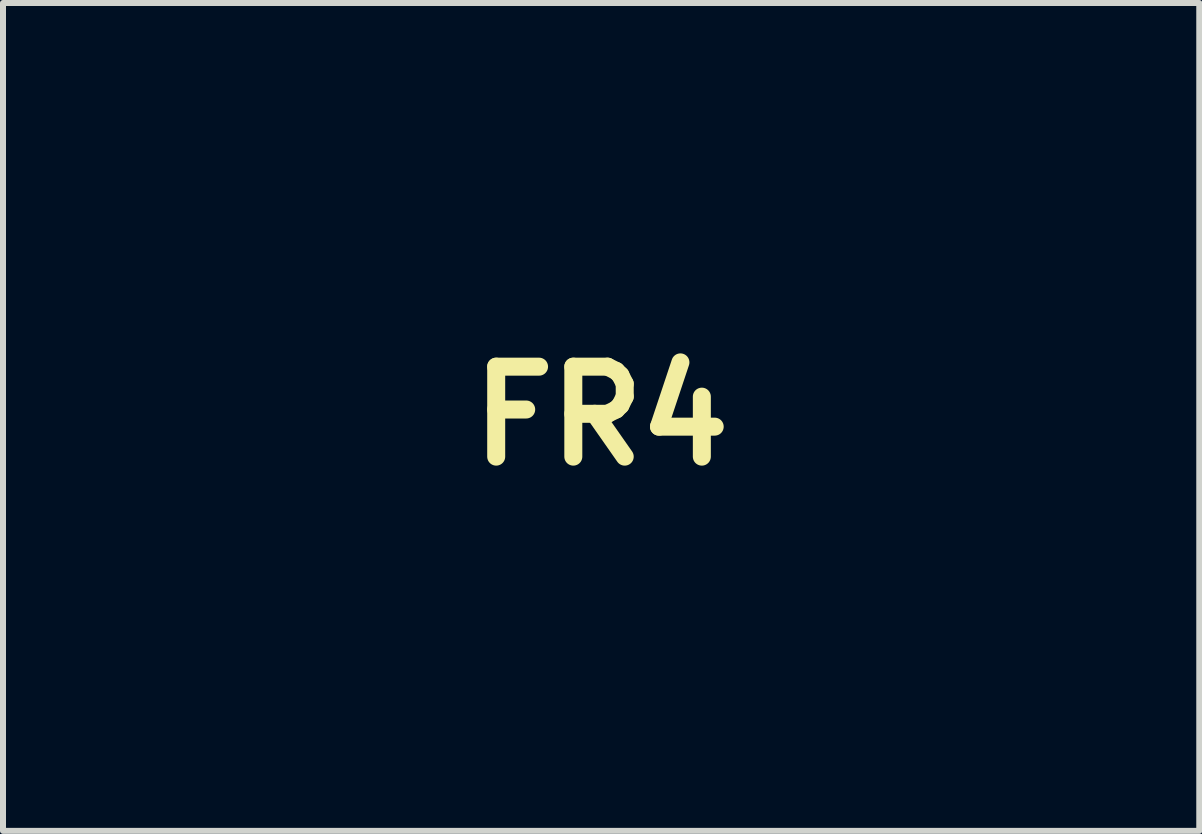
<source format=kicad_pcb>
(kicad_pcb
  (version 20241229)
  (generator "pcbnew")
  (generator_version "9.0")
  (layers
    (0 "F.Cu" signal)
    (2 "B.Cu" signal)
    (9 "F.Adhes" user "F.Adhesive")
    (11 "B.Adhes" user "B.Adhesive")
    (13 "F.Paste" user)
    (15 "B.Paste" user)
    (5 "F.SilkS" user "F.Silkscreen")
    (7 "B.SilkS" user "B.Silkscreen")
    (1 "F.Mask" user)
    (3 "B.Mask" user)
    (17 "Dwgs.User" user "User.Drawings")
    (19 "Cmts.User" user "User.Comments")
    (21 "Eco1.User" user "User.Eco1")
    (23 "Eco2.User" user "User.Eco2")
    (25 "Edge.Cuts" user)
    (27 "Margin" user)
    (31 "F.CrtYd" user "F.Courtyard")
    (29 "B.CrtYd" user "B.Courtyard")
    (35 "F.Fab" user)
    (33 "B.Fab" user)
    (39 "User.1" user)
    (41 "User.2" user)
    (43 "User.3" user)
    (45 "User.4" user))
  (footprint "FR4"
    (layer "F.Cu")
    (at 6.973 3.885)
    (property "Reference" "FR4" (at 0 0 0) (layer "F.SilkS") (effects (font (size 1.5 1.5) (thickness 0.3))))
    (attr board_only exclude_from_pos_files exclude_from_bom)
    (fp_poly (pts (xy -3.474 2.218) (xy -3.491 2.247) (xy -3.553 2.29) (xy -3.61 2.321) (xy -3.689 2.355) (xy -3.729 2.363) (xy -3.727 2.352) (xy -3.669 2.299) (xy -3.594 2.252) (xy -3.523 2.219) (xy -3.478 2.214)) (stroke (width 0) (type solid)) (fill yes) (layer "F.Mask"))
    (fp_poly (pts (xy 4.739 -2.861) (xy 4.787 -2.789) (xy 4.846 -2.686) (xy 4.86 -2.661) (xy 4.927 -2.512) (xy 4.985 -2.347) (xy 5.032 -2.177) (xy 5.064 -2.015) (xy 5.08 -1.875) (xy 5.076 -1.77) (xy 5.05 -1.712) (xy 5.047 -1.71) (xy 5.015 -1.697) (xy 5.013 -1.7) (xy 5.01 -1.735) (xy 5.004 -1.82) (xy 4.997 -1.935) (xy 4.996 -1.942) (xy 4.973 -2.12) (xy 4.929 -2.312) (xy 4.871 -2.494) (xy 4.807 -2.644) (xy 4.78 -2.689) (xy 4.724 -2.786) (xy 4.699 -2.857) (xy 4.707 -2.888) (xy 4.712 -2.889)) (stroke (width 0) (type solid)) (fill yes) (layer "F.Mask"))
    (fp_poly (pts (xy -0.598 1.211) (xy -0.483 1.339) (xy -0.348 1.464) (xy -0.231 1.554) (xy -0.033 1.683) (xy -0.125 1.725) (xy -0.295 1.795) (xy -0.486 1.862) (xy -0.678 1.92) (xy -0.855 1.964) (xy -0.998 1.989) (xy -1.052 1.992) (xy -1.141 1.971) (xy -1.248 1.918) (xy -1.285 1.892) (xy -1.423 1.756) (xy -1.506 1.595) (xy -1.527 1.452) (xy -1.523 1.382) (xy -1.503 1.331) (xy -1.455 1.288) (xy -1.368 1.244) (xy -1.23 1.187) (xy -1.228 1.187) (xy -1.097 1.134) (xy -0.972 1.083) (xy -0.891 1.049) (xy -0.768 0.997)) (stroke (width 0) (type solid)) (fill yes) (layer "F.Mask"))
    (fp_poly (pts (xy 1.167 0.55) (xy 1.279 0.557) (xy 1.343 0.571) (xy 1.35 0.576) (xy 1.339 0.609) (xy 1.286 0.676) (xy 1.201 0.768) (xy 1.092 0.876) (xy 0.968 0.992) (xy 0.839 1.107) (xy 0.714 1.213) (xy 0.602 1.3) (xy 0.575 1.319) (xy 0.373 1.459) (xy 0.175 1.331) (xy -0.002 1.198) (xy -0.114 1.068) (xy -0.163 0.94) (xy -0.166 0.902) (xy -0.145 0.814) (xy -0.076 0.74) (xy 0.045 0.677) (xy 0.226 0.62) (xy 0.249 0.614) (xy 0.361 0.593) (xy 0.508 0.575) (xy 0.676 0.561) (xy 0.851 0.552) (xy 1.02 0.548)) (stroke (width 0) (type solid)) (fill yes) (layer "F.Mask"))
    (fp_poly (pts (xy 2.12 -3.878) (xy 2.322 -3.876) (xy 2.477 -3.874) (xy 2.589 -3.871) (xy 2.662 -3.866) (xy 2.702 -3.861) (xy 2.713 -3.853) (xy 2.699 -3.844) (xy 2.666 -3.834) (xy 2.659 -3.832) (xy 2.386 -3.734) (xy 2.111 -3.59) (xy 1.862 -3.417) (xy 1.758 -3.339) (xy 1.668 -3.283) (xy 1.608 -3.258) (xy 1.602 -3.258) (xy 1.546 -3.275) (xy 1.452 -3.317) (xy 1.337 -3.376) (xy 1.312 -3.39) (xy 1.172 -3.463) (xy 1.028 -3.532) (xy 0.909 -3.583) (xy 0.907 -3.584) (xy 0.821 -3.611) (xy 0.684 -3.646) (xy 0.511 -3.687) (xy 0.317 -3.73) (xy 0.117 -3.772) (xy -0.075 -3.81) (xy -0.244 -3.841) (xy -0.375 -3.861) (xy -0.382 -3.862) (xy -0.369 -3.865) (xy -0.296 -3.867) (xy -0.169 -3.869) (xy 0.008 -3.872) (xy 0.228 -3.874) (xy 0.486 -3.875) (xy 0.775 -3.876) (xy 1.09 -3.877) (xy 1.179 -3.878) (xy 1.552 -3.878) (xy 1.865 -3.878)) (stroke (width 0) (type solid)) (fill yes) (layer "F.Mask"))
    (fp_poly (pts (xy -3.81 -3.882) (xy -3.261 -3.881) (xy -2.761 -3.879) (xy -2.312 -3.878) (xy -1.916 -3.875) (xy -1.574 -3.872) (xy -1.289 -3.869) (xy -1.063 -3.865) (xy -0.896 -3.86) (xy -0.792 -3.856) (xy -0.751 -3.85) (xy -0.753 -3.848) (xy -0.882 -3.781) (xy -0.963 -3.674) (xy -0.99 -3.541) (xy -0.963 -3.404) (xy -0.948 -3.365) (xy -0.945 -3.337) (xy -0.962 -3.317) (xy -1.01 -3.3) (xy -1.097 -3.283) (xy -1.234 -3.262) (xy -1.361 -3.243) (xy -1.879 -3.138) (xy -2.381 -2.982) (xy -2.862 -2.781) (xy -3.317 -2.538) (xy -3.743 -2.256) (xy -4.134 -1.94) (xy -4.486 -1.595) (xy -4.795 -1.224) (xy -5.056 -0.83) (xy -5.265 -0.419) (xy -5.416 0.006) (xy -5.506 0.441) (xy -5.509 0.46) (xy -5.539 0.698) (xy -5.882 1.083) (xy -6.052 1.275) (xy -6.181 1.426) (xy -6.277 1.546) (xy -6.346 1.642) (xy -6.392 1.721) (xy -6.422 1.793) (xy -6.434 1.831) (xy -6.441 1.97) (xy -6.393 2.095) (xy -6.301 2.193) (xy -6.174 2.249) (xy -6.096 2.258) (xy -6.027 2.268) (xy -5.997 2.285) (xy -6.013 2.317) (xy -6.07 2.381) (xy -6.157 2.466) (xy -6.219 2.521) (xy -6.396 2.685) (xy -6.564 2.857) (xy -6.709 3.023) (xy -6.822 3.172) (xy -6.876 3.261) (xy -6.932 3.41) (xy -6.929 3.532) (xy -6.865 3.635) (xy -6.766 3.709) (xy -6.67 3.753) (xy -6.532 3.801) (xy -6.374 3.846) (xy -6.219 3.883) (xy -6.142 3.896) (xy -6.143 3.901) (xy -6.201 3.906) (xy -6.306 3.91) (xy -6.45 3.913) (xy -6.516 3.913) (xy -6.973 3.918) (xy -6.973 0.017) (xy -6.973 -3.885)) (stroke (width 0) (type solid)) (fill yes) (layer "F.Mask"))
    (fp_poly (pts (xy 6.973 0.017) (xy 6.973 3.918) (xy 0.656 3.914) (xy 0.016 3.913) (xy -0.604 3.912) (xy -1.201 3.911) (xy -1.772 3.91) (xy -2.314 3.908) (xy -2.824 3.907) (xy -3.299 3.905) (xy -3.736 3.903) (xy -4.131 3.901) (xy -4.482 3.899) (xy -4.785 3.897) (xy -5.038 3.894) (xy -5.237 3.892) (xy -5.379 3.889) (xy -5.461 3.887) (xy -5.48 3.884) (xy -5.478 3.884) (xy -5.158 3.808) (xy -4.869 3.676) (xy -4.617 3.489) (xy -4.405 3.252) (xy -4.376 3.211) (xy -4.309 3.119) (xy -4.255 3.056) (xy -4.225 3.036) (xy -4.223 3.037) (xy -4.199 3.081) (xy -4.17 3.158) (xy -4.168 3.164) (xy -4.11 3.26) (xy -3.997 3.346) (xy -3.984 3.353) (xy -3.825 3.41) (xy -3.62 3.435) (xy -3.383 3.43) (xy -3.126 3.396) (xy -2.86 3.335) (xy -2.599 3.247) (xy -2.394 3.156) (xy -2.21 3.045) (xy -2.021 2.9) (xy -1.842 2.736) (xy -1.693 2.569) (xy -1.596 2.428) (xy -1.551 2.402) (xy -1.452 2.373) (xy -1.311 2.345) (xy -1.269 2.338) (xy -0.808 2.252) (xy -0.385 2.134) (xy 0.01 1.978) (xy 0.385 1.78) (xy 0.751 1.534) (xy 1.116 1.236) (xy 1.489 0.881) (xy 1.567 0.801) (xy 1.751 0.613) (xy 1.902 0.467) (xy 2.034 0.356) (xy 2.157 0.274) (xy 2.285 0.215) (xy 2.431 0.172) (xy 2.606 0.137) (xy 2.823 0.106) (xy 2.895 0.096) (xy 3.181 0.056) (xy 3.412 0.017) (xy 3.601 -0.024) (xy 3.758 -0.069) (xy 3.897 -0.122) (xy 3.981 -0.16) (xy 4.207 -0.307) (xy 4.4 -0.504) (xy 4.552 -0.741) (xy 4.657 -1.009) (xy 4.683 -1.119) (xy 4.708 -1.234) (xy 4.736 -1.301) (xy 4.775 -1.339) (xy 4.823 -1.359) (xy 4.921 -1.382) (xy 5.042 -1.394) (xy 5.077 -1.395) (xy 5.179 -1.402) (xy 5.258 -1.417) (xy 5.276 -1.425) (xy 5.317 -1.486) (xy 5.342 -1.598) (xy 5.353 -1.749) (xy 5.349 -1.926) (xy 5.331 -2.115) (xy 5.299 -2.305) (xy 5.254 -2.482) (xy 5.245 -2.51) (xy 5.148 -2.735) (xy 5.009 -2.968) (xy 4.845 -3.185) (xy 4.67 -3.364) (xy 4.632 -3.397) (xy 4.408 -3.552) (xy 4.155 -3.689) (xy 3.898 -3.793) (xy 3.766 -3.832) (xy 3.727 -3.842) (xy 3.706 -3.851) (xy 3.71 -3.859) (xy 3.742 -3.865) (xy 3.806 -3.869) (xy 3.909 -3.873) (xy 4.053 -3.876) (xy 4.244 -3.878) (xy 4.486 -3.88) (xy 4.784 -3.881) (xy 5.142 -3.882) (xy 5.271 -3.882) (xy 6.973 -3.885)) (stroke (width 0) (type solid)) (fill yes) (layer "F.Mask")))
  (gr_rect
    (start -3 -3)
    (end 16.945 10.803)
    (stroke (width 0.1) (type default))
    (fill no)
    (layer "Edge.Cuts")))
</source>
